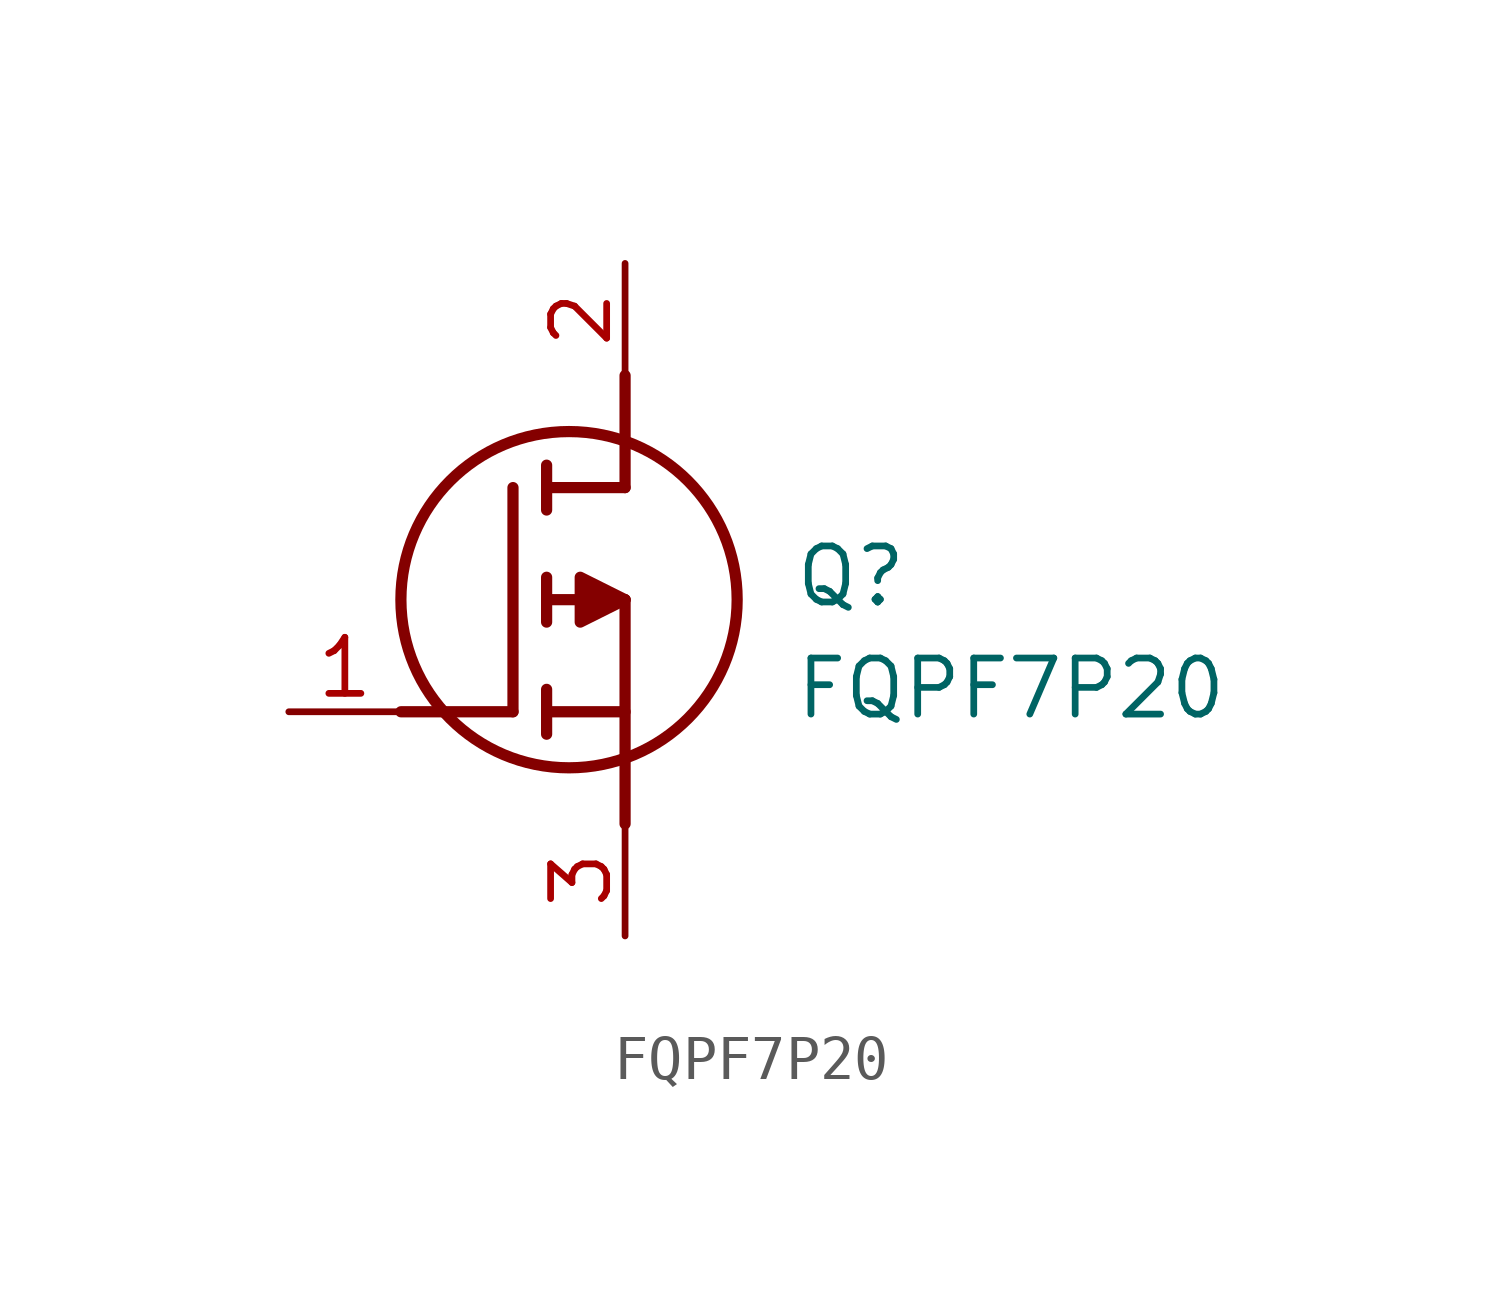
<source format=kicad_sym>
(kicad_symbol_lib
  (version 20211014)
  (generator SamacSys_ECAD_Model)
  (symbol "FQPF7P20"
    (pin_names hide)
    (property "Reference" "Q"
      (at 11.43 3.81 0)
      (effects (font (size 1.27 1.27)) (justify left top)))
    (property "Value" "FQPF7P20"
      (at 11.43 1.27 0)
      (effects (font (size 1.27 1.27)) (justify left top)))
    (polyline
      (pts (xy 7.62 2.54) (xy 7.62 -2.54))
      (stroke (width 0.254) (type default))
      (fill (type none)))
    (polyline
      (pts (xy 7.62 5.08) (xy 7.62 7.62))
      (stroke (width 0.254) (type default))
      (fill (type none)))
    (polyline
      (pts (xy 2.54 0) (xy 5.08 0))
      (stroke (width 0.254) (type default))
      (fill (type none)))
    (polyline
      (pts (xy 5.08 5.08) (xy 5.08 0))
      (stroke (width 0.254) (type default))
      (fill (type none)))
    (polyline
      (pts (xy 7.62 2.54) (xy 5.842 2.54))
      (stroke (width 0.254) (type default))
      (fill (type none)))
    (polyline
      (pts (xy 7.62 5.08) (xy 5.842 5.08))
      (stroke (width 0.254) (type default))
      (fill (type none)))
    (polyline
      (pts (xy 5.842 0) (xy 7.62 0))
      (stroke (width 0.254) (type default))
      (fill (type none)))
    (polyline
      (pts (xy 5.842 5.588) (xy 5.842 4.572))
      (stroke (width 0.254) (type default))
      (fill (type none)))
    (polyline
      (pts (xy 5.842 -0.508) (xy 5.842 0.508))
      (stroke (width 0.254) (type default))
      (fill (type none)))
    (polyline
      (pts (xy 5.842 2.032) (xy 5.842 3.048))
      (stroke (width 0.254) (type default))
      (fill (type none)))
    (circle
      (center 6.35 2.54)
      (radius 3.81)
      (stroke (width 0.254) (type default))
      (fill (type none)))
    (polyline
      (pts (xy 7.62 2.54) (xy 6.604 3.048) (xy 6.604 2.032) (xy 7.62 2.54))
      (stroke (width 0.254) (type default))
      (fill (type outline)))
    (pin passive line
      (at 0 0 0)
      (length 2.54)
      (name "G" (effects (font (size 1.27 1.27))))
      (number "1" (effects (font (size 1.27 1.27)))))
    (pin passive line
      (at 7.62 10.16 270)
      (length 2.54)
      (name "D" (effects (font (size 1.27 1.27))))
      (number "2" (effects (font (size 1.27 1.27)))))
    (pin passive line
      (at 7.62 -5.08 90)
      (length 2.54)
      (name "S" (effects (font (size 1.27 1.27))))
      (number "3" (effects (font (size 1.27 1.27)))))))
</source>
